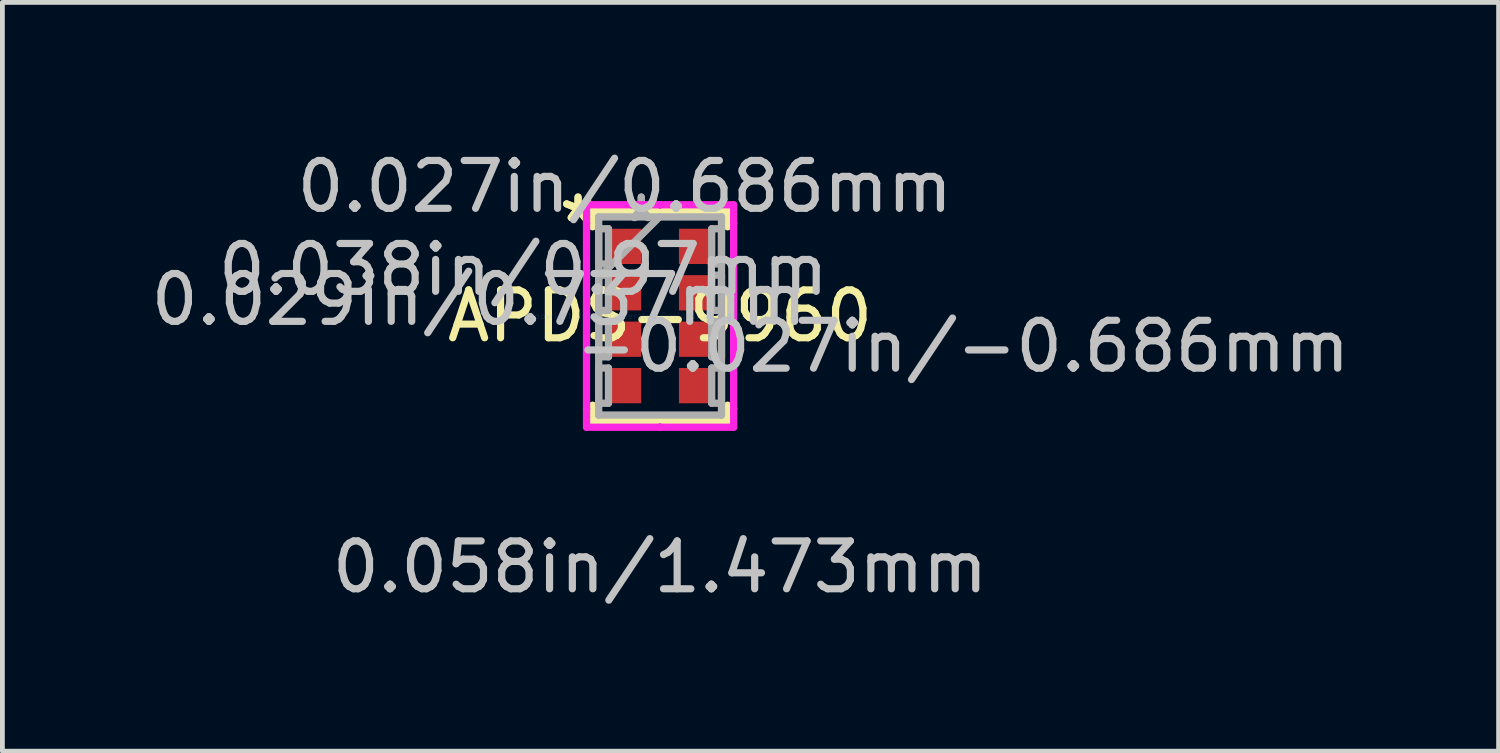
<source format=kicad_pcb>
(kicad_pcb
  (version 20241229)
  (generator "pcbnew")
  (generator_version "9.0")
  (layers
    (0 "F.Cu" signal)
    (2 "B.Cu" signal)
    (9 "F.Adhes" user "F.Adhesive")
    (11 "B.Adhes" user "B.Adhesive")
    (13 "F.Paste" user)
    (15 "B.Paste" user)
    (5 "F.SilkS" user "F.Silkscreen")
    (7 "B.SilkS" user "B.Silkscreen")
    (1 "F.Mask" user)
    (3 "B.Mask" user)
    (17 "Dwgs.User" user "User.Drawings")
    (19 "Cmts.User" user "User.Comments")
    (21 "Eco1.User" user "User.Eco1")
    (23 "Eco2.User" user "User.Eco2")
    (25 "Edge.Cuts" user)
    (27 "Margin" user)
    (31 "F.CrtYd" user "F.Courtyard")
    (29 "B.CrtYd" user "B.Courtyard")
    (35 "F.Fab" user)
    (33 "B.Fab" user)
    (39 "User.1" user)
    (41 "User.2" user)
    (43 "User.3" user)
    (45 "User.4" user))
  (footprint "APDS-9960"
    (layer "F.Cu")
    (at 10.743 3.553)
    (property "Reference" "APDS-9960" (at 0 0 0) (layer "F.SilkS") (effects (font (size 1 1) (thickness 0.15))))
    (attr through_hole)
    (fp_line (start -1.41 -2.197) (end -1.41 -1.864) (stroke (width 0.152) (type solid)) (layer "F.SilkS"))
    (fp_line (start -1.41 1.864) (end -1.41 2.197) (stroke (width 0.152) (type solid)) (layer "F.SilkS"))
    (fp_line (start -1.41 2.197) (end 1.41 2.197) (stroke (width 0.152) (type solid)) (layer "F.SilkS"))
    (fp_line (start 1.41 -2.197) (end -1.41 -2.197) (stroke (width 0.152) (type solid)) (layer "F.SilkS"))
    (fp_line (start 1.41 -1.864) (end 1.41 -2.197) (stroke (width 0.152) (type solid)) (layer "F.SilkS"))
    (fp_line (start 1.41 2.197) (end 1.41 1.864) (stroke (width 0.152) (type solid)) (layer "F.SilkS"))
    (fp_line (start -1.537 -2.324) (end 0 -2.324) (stroke (width 0.152) (type solid)) (layer "F.CrtYd"))
    (fp_line (start -1.537 -1.94) (end -1.537 -2.324) (stroke (width 0.152) (type solid)) (layer "F.CrtYd"))
    (fp_line (start -1.537 -1.94) (end -1.537 -1.94) (stroke (width 0.152) (type solid)) (layer "F.CrtYd"))
    (fp_line (start -1.537 1.94) (end -1.537 -1.94) (stroke (width 0.152) (type solid)) (layer "F.CrtYd"))
    (fp_line (start -1.537 1.94) (end -1.537 1.94) (stroke (width 0.152) (type solid)) (layer "F.CrtYd"))
    (fp_line (start -1.537 2.324) (end -1.537 1.94) (stroke (width 0.152) (type solid)) (layer "F.CrtYd"))
    (fp_line (start 0 -2.324) (end 0 -2.324) (stroke (width 0.152) (type solid)) (layer "F.CrtYd"))
    (fp_line (start 0 -2.324) (end 0 -2.324) (stroke (width 0.152) (type solid)) (layer "F.CrtYd"))
    (fp_line (start 0 -2.324) (end 0 -2.324) (stroke (width 0.152) (type solid)) (layer "F.CrtYd"))
    (fp_line (start 0 -2.324) (end 1.537 -2.324) (stroke (width 0.152) (type solid)) (layer "F.CrtYd"))
    (fp_line (start 0 2.324) (end -1.537 2.324) (stroke (width 0.152) (type solid)) (layer "F.CrtYd"))
    (fp_line (start 0 2.324) (end 0 2.324) (stroke (width 0.152) (type solid)) (layer "F.CrtYd"))
    (fp_line (start 0 2.324) (end 0 2.324) (stroke (width 0.152) (type solid)) (layer "F.CrtYd"))
    (fp_line (start 0 2.324) (end 0 2.324) (stroke (width 0.152) (type solid)) (layer "F.CrtYd"))
    (fp_line (start 1.537 -2.324) (end 1.537 -1.94) (stroke (width 0.152) (type solid)) (layer "F.CrtYd"))
    (fp_line (start 1.537 -1.94) (end 1.537 -1.94) (stroke (width 0.152) (type solid)) (layer "F.CrtYd"))
    (fp_line (start 1.537 -1.94) (end 1.537 1.94) (stroke (width 0.152) (type solid)) (layer "F.CrtYd"))
    (fp_line (start 1.537 1.94) (end 1.537 1.94) (stroke (width 0.152) (type solid)) (layer "F.CrtYd"))
    (fp_line (start 1.537 1.94) (end 1.537 2.324) (stroke (width 0.152) (type solid)) (layer "F.CrtYd"))
    (fp_line (start 1.537 2.324) (end 0 2.324) (stroke (width 0.152) (type solid)) (layer "F.CrtYd"))
    (fp_line (start -1.283 -2.07) (end -1.283 -2.07) (stroke (width 0.152) (type solid)) (layer "F.Fab"))
    (fp_line (start -1.283 -2.07) (end -1.283 2.07) (stroke (width 0.152) (type solid)) (layer "F.Fab"))
    (fp_line (start -1.283 -1.823) (end -1.079 -1.823) (stroke (width 0.152) (type solid)) (layer "F.Fab"))
    (fp_line (start -1.283 -1.087) (end -1.283 -1.823) (stroke (width 0.152) (type solid)) (layer "F.Fab"))
    (fp_line (start -1.283 -0.853) (end -1.079 -0.853) (stroke (width 0.152) (type solid)) (layer "F.Fab"))
    (fp_line (start -1.283 -0.8) (end -0.013 -2.07) (stroke (width 0.152) (type solid)) (layer "F.Fab"))
    (fp_line (start -1.283 -0.117) (end -1.283 -0.853) (stroke (width 0.152) (type solid)) (layer "F.Fab"))
    (fp_line (start -1.283 0.117) (end -1.079 0.117) (stroke (width 0.152) (type solid)) (layer "F.Fab"))
    (fp_line (start -1.283 0.853) (end -1.283 0.117) (stroke (width 0.152) (type solid)) (layer "F.Fab"))
    (fp_line (start -1.283 1.087) (end -1.079 1.087) (stroke (width 0.152) (type solid)) (layer "F.Fab"))
    (fp_line (start -1.283 1.823) (end -1.283 1.087) (stroke (width 0.152) (type solid)) (layer "F.Fab"))
    (fp_line (start -1.283 2.07) (end -1.283 2.07) (stroke (width 0.152) (type solid)) (layer "F.Fab"))
    (fp_line (start -1.283 2.07) (end 1.283 2.07) (stroke (width 0.152) (type solid)) (layer "F.Fab"))
    (fp_line (start -1.079 -1.823) (end -1.079 -1.087) (stroke (width 0.152) (type solid)) (layer "F.Fab"))
    (fp_line (start -1.079 -1.087) (end -1.283 -1.087) (stroke (width 0.152) (type solid)) (layer "F.Fab"))
    (fp_line (start -1.079 -0.853) (end -1.079 -0.117) (stroke (width 0.152) (type solid)) (layer "F.Fab"))
    (fp_line (start -1.079 -0.117) (end -1.283 -0.117) (stroke (width 0.152) (type solid)) (layer "F.Fab"))
    (fp_line (start -1.079 0.117) (end -1.079 0.853) (stroke (width 0.152) (type solid)) (layer "F.Fab"))
    (fp_line (start -1.079 0.853) (end -1.283 0.853) (stroke (width 0.152) (type solid)) (layer "F.Fab"))
    (fp_line (start -1.079 1.087) (end -1.079 1.823) (stroke (width 0.152) (type solid)) (layer "F.Fab"))
    (fp_line (start -1.079 1.823) (end -1.283 1.823) (stroke (width 0.152) (type solid)) (layer "F.Fab"))
    (fp_line (start 1.079 -1.823) (end 1.283 -1.823) (stroke (width 0.152) (type solid)) (layer "F.Fab"))
    (fp_line (start 1.079 -1.087) (end 1.079 -1.823) (stroke (width 0.152) (type solid)) (layer "F.Fab"))
    (fp_line (start 1.079 -0.853) (end 1.283 -0.853) (stroke (width 0.152) (type solid)) (layer "F.Fab"))
    (fp_line (start 1.079 -0.117) (end 1.079 -0.853) (stroke (width 0.152) (type solid)) (layer "F.Fab"))
    (fp_line (start 1.079 0.117) (end 1.283 0.117) (stroke (width 0.152) (type solid)) (layer "F.Fab"))
    (fp_line (start 1.079 0.853) (end 1.079 0.117) (stroke (width 0.152) (type solid)) (layer "F.Fab"))
    (fp_line (start 1.079 1.087) (end 1.283 1.087) (stroke (width 0.152) (type solid)) (layer "F.Fab"))
    (fp_line (start 1.079 1.823) (end 1.079 1.087) (stroke (width 0.152) (type solid)) (layer "F.Fab"))
    (fp_line (start 1.283 -2.07) (end -1.283 -2.07) (stroke (width 0.152) (type solid)) (layer "F.Fab"))
    (fp_line (start 1.283 -2.07) (end 1.283 -2.07) (stroke (width 0.152) (type solid)) (layer "F.Fab"))
    (fp_line (start 1.283 -1.823) (end 1.283 -1.087) (stroke (width 0.152) (type solid)) (layer "F.Fab"))
    (fp_line (start 1.283 -1.087) (end 1.079 -1.087) (stroke (width 0.152) (type solid)) (layer "F.Fab"))
    (fp_line (start 1.283 -0.853) (end 1.283 -0.117) (stroke (width 0.152) (type solid)) (layer "F.Fab"))
    (fp_line (start 1.283 -0.117) (end 1.079 -0.117) (stroke (width 0.152) (type solid)) (layer "F.Fab"))
    (fp_line (start 1.283 0.117) (end 1.283 0.853) (stroke (width 0.152) (type solid)) (layer "F.Fab"))
    (fp_line (start 1.283 0.853) (end 1.079 0.853) (stroke (width 0.152) (type solid)) (layer "F.Fab"))
    (fp_line (start 1.283 1.087) (end 1.283 1.823) (stroke (width 0.152) (type solid)) (layer "F.Fab"))
    (fp_line (start 1.283 1.823) (end 1.079 1.823) (stroke (width 0.152) (type solid)) (layer "F.Fab"))
    (fp_line (start 1.283 2.07) (end 1.283 -2.07) (stroke (width 0.152) (type solid)) (layer "F.Fab"))
    (fp_line (start 1.283 2.07) (end 1.283 2.07) (stroke (width 0.152) (type solid)) (layer "F.Fab"))
    (fp_text user "*" (at -1.714 -1.94 0) (layer "F.SilkS") (effects (font (size 1 1) (thickness 0.15))))
    (fp_text user "*" (at -1.714 -1.94 0) (layer "F.SilkS") (effects (font (size 1 1) (thickness 0.15))))
    (fp_text user "0.058in/1.473mm" (at 0 5.245 0) (layer "Dwgs.User") (effects (font (size 1 1) (thickness 0.15))))
    (fp_text user "-0.027in/-0.686mm" (at 6.325 0.635 0) (layer "Dwgs.User") (effects (font (size 1 1) (thickness 0.15))))
    (fp_text user "0.027in/0.686mm" (at -0.737 -2.705 0) (layer "Dwgs.User") (effects (font (size 1 1) (thickness 0.15))))
    (fp_text user "0.029in/0.737mm" (at -3.785 -0.343 0) (layer "Dwgs.User") (effects (font (size 1 1) (thickness 0.15))))
    (fp_text user "0.038in/0.97mm" (at -2.857 -0.97 0) (layer "Dwgs.User") (effects (font (size 1 1) (thickness 0.15))))
    (fp_text user "Copyright 2016 Accelerated Designs. All rights reserved." (at 0 0 0) (layer "Cmts.User") (effects (font (size 0.127 0.127) (thickness 0.002))))
    (fp_text user "*" (at -0.394 -1.94 0) (layer "F.Fab") (effects (font (size 1 1) (thickness 0.15))))
    (fp_text user "*" (at -0.394 -1.94 0) (layer "F.Fab") (effects (font (size 1 1) (thickness 0.15))))
    (pad "1" smd rect (at -0.737 -1.455 90) (size 0.737 0.686) (layers "F.Cu" "F.Mask" "F.Paste"))
    (pad "2" smd rect (at -0.737 -0.485 90) (size 0.737 0.686) (layers "F.Cu" "F.Mask" "F.Paste"))
    (pad "3" smd rect (at -0.737 0.485 90) (size 0.737 0.686) (layers "F.Cu" "F.Mask" "F.Paste"))
    (pad "4" smd rect (at -0.737 1.455 90) (size 0.737 0.686) (layers "F.Cu" "F.Mask" "F.Paste"))
    (pad "5" smd rect (at 0.737 1.455 90) (size 0.737 0.686) (layers "F.Cu" "F.Mask" "F.Paste"))
    (pad "6" smd rect (at 0.737 0.485 90) (size 0.737 0.686) (layers "F.Cu" "F.Mask" "F.Paste"))
    (pad "7" smd rect (at 0.737 -0.485 90) (size 0.737 0.686) (layers "F.Cu" "F.Mask" "F.Paste"))
    (pad "8" smd rect (at 0.737 -1.455 90) (size 0.737 0.686) (layers "F.Cu" "F.Mask" "F.Paste")))
  (gr_rect
    (start -3 -3)
    (end 28.264 12.647)
    (stroke (width 0.1) (type default))
    (fill no)
    (layer "Edge.Cuts")))
</source>
